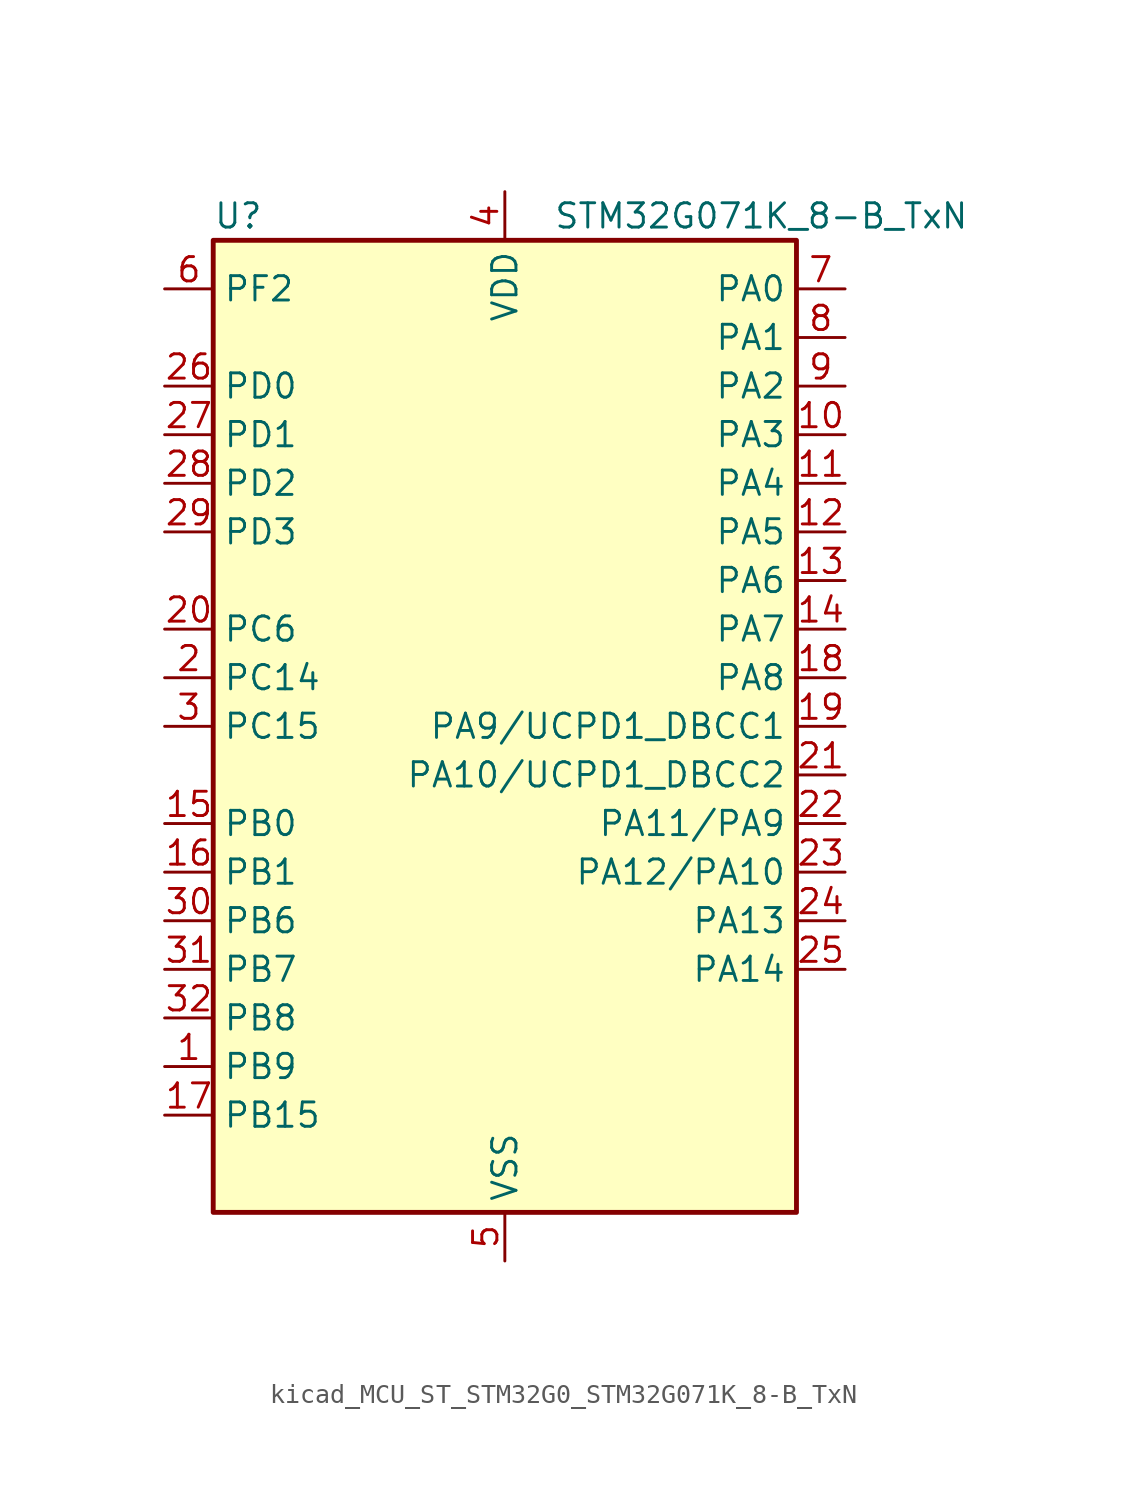
<source format=kicad_sym>
(kicad_symbol_lib
  (version 20220914)
  (generator kicad_symbol_editor)
  (symbol "kicad_MCU_ST_STM32G0_STM32G071K_8-B_TxN"
    (property "Reference" "U"
      (at -15.24 26.67 0)
      (effects (font (size 1.27 1.27)) (justify left)))
    (property "Value" "STM32G071K_8-B_TxN"
      (at 2.54 26.67 0)
      (effects (font (size 1.27 1.27)) (justify left)))
    (property "ki_locked" ""
      (at 0 0 0)
      (effects (font (size 1.27 1.27))))
    (symbol "kicad_MCU_ST_STM32G0_STM32G071K_8-B_TxN_0_1"
      (rectangle (start -15.24 -25.4) (end 15.24 25.4) (stroke (width 0.254) (type default)) (fill (type background))))
    (symbol "kicad_MCU_ST_STM32G0_STM32G071K_8-B_TxN_1_1"
      (pin bidirectional line (at -17.78 -17.78 0) (length 2.54) (name "PB9" (effects (font (size 1.27 1.27)))) (number "1" (effects (font (size 1.27 1.27)))) (alternate "DAC1_EXTI9" bidirectional line) (alternate "I2C1_SDA" bidirectional line) (alternate "IR_OUT" bidirectional line) (alternate "SPI2_NSS" bidirectional line) (alternate "TIM17_CH1" bidirectional line) (alternate "UCPD2_FRSTX1" bidirectional line) (alternate "UCPD2_FRSTX2" bidirectional line) (alternate "USART3_RX" bidirectional line))
      (pin bidirectional line (at 17.78 15.24 180) (length 2.54) (name "PA3" (effects (font (size 1.27 1.27)))) (number "10" (effects (font (size 1.27 1.27)))) (alternate "ADC1_IN3" bidirectional line) (alternate "COMP2_INP" bidirectional line) (alternate "LPUART1_RX" bidirectional line) (alternate "SPI2_MISO" bidirectional line) (alternate "TIM15_CH2" bidirectional line) (alternate "TIM2_CH4" bidirectional line) (alternate "UCPD2_FRSTX1" bidirectional line) (alternate "UCPD2_FRSTX2" bidirectional line) (alternate "USART2_RX" bidirectional line))
      (pin bidirectional line (at 17.78 12.7 180) (length 2.54) (name "PA4" (effects (font (size 1.27 1.27)))) (number "11" (effects (font (size 1.27 1.27)))) (alternate "ADC1_IN4" bidirectional line) (alternate "DAC1_OUT1" bidirectional line) (alternate "I2S1_WS" bidirectional line) (alternate "LPTIM2_OUT" bidirectional line) (alternate "RTC_OUT_ALARM" bidirectional line) (alternate "RTC_OUT_CALIB" bidirectional line) (alternate "RTC_TAMP_IN1" bidirectional line) (alternate "RTC_TS" bidirectional line) (alternate "SPI1_NSS" bidirectional line) (alternate "SPI2_MOSI" bidirectional line) (alternate "SYS_WKUP2" bidirectional line) (alternate "TIM14_CH1" bidirectional line) (alternate "UCPD2_FRSTX1" bidirectional line) (alternate "UCPD2_FRSTX2" bidirectional line))
      (pin bidirectional line (at 17.78 10.16 180) (length 2.54) (name "PA5" (effects (font (size 1.27 1.27)))) (number "12" (effects (font (size 1.27 1.27)))) (alternate "ADC1_IN5" bidirectional line) (alternate "CEC" bidirectional line) (alternate "DAC1_OUT2" bidirectional line) (alternate "I2S1_CK" bidirectional line) (alternate "LPTIM2_ETR" bidirectional line) (alternate "SPI1_SCK" bidirectional line) (alternate "TIM2_CH1" bidirectional line) (alternate "TIM2_ETR" bidirectional line) (alternate "UCPD1_FRSTX1" bidirectional line) (alternate "UCPD1_FRSTX2" bidirectional line) (alternate "USART3_TX" bidirectional line))
      (pin bidirectional line (at 17.78 7.62 180) (length 2.54) (name "PA6" (effects (font (size 1.27 1.27)))) (number "13" (effects (font (size 1.27 1.27)))) (alternate "ADC1_IN6" bidirectional line) (alternate "COMP1_OUT" bidirectional line) (alternate "I2S1_MCK" bidirectional line) (alternate "LPUART1_CTS" bidirectional line) (alternate "SPI1_MISO" bidirectional line) (alternate "TIM16_CH1" bidirectional line) (alternate "TIM1_BK" bidirectional line) (alternate "TIM3_CH1" bidirectional line) (alternate "USART3_CTS" bidirectional line) (alternate "USART3_NSS" bidirectional line))
      (pin bidirectional line (at 17.78 5.08 180) (length 2.54) (name "PA7" (effects (font (size 1.27 1.27)))) (number "14" (effects (font (size 1.27 1.27)))) (alternate "ADC1_IN7" bidirectional line) (alternate "COMP2_OUT" bidirectional line) (alternate "I2S1_SD" bidirectional line) (alternate "SPI1_MOSI" bidirectional line) (alternate "TIM14_CH1" bidirectional line) (alternate "TIM17_CH1" bidirectional line) (alternate "TIM1_CH1N" bidirectional line) (alternate "TIM3_CH2" bidirectional line) (alternate "UCPD1_FRSTX1" bidirectional line) (alternate "UCPD1_FRSTX2" bidirectional line))
      (pin bidirectional line (at -17.78 -5.08 0) (length 2.54) (name "PB0" (effects (font (size 1.27 1.27)))) (number "15" (effects (font (size 1.27 1.27)))) (alternate "ADC1_IN8" bidirectional line) (alternate "COMP1_OUT" bidirectional line) (alternate "I2S1_WS" bidirectional line) (alternate "LPTIM1_OUT" bidirectional line) (alternate "SPI1_NSS" bidirectional line) (alternate "TIM1_CH2N" bidirectional line) (alternate "TIM3_CH3" bidirectional line) (alternate "UCPD1_FRSTX1" bidirectional line) (alternate "UCPD1_FRSTX2" bidirectional line) (alternate "USART3_RX" bidirectional line))
      (pin bidirectional line (at -17.78 -7.62 0) (length 2.54) (name "PB1" (effects (font (size 1.27 1.27)))) (number "16" (effects (font (size 1.27 1.27)))) (alternate "ADC1_IN9" bidirectional line) (alternate "COMP1_INM" bidirectional line) (alternate "LPTIM2_IN1" bidirectional line) (alternate "LPUART1_DE" bidirectional line) (alternate "LPUART1_RTS" bidirectional line) (alternate "TIM14_CH1" bidirectional line) (alternate "TIM1_CH3N" bidirectional line) (alternate "TIM3_CH4" bidirectional line) (alternate "USART3_CK" bidirectional line) (alternate "USART3_DE" bidirectional line) (alternate "USART3_RTS" bidirectional line))
      (pin bidirectional line (at -17.78 -20.32 0) (length 2.54) (name "PB15" (effects (font (size 1.27 1.27)))) (number "17" (effects (font (size 1.27 1.27)))) (alternate "RTC_REFIN" bidirectional line) (alternate "SPI2_MOSI" bidirectional line) (alternate "TIM15_CH1N" bidirectional line) (alternate "TIM15_CH2" bidirectional line) (alternate "TIM1_CH3N" bidirectional line) (alternate "UCPD1_CC2" bidirectional line))
      (pin bidirectional line (at 17.78 2.54 180) (length 2.54) (name "PA8" (effects (font (size 1.27 1.27)))) (number "18" (effects (font (size 1.27 1.27)))) (alternate "LPTIM2_OUT" bidirectional line) (alternate "RCC_MCO" bidirectional line) (alternate "SPI2_NSS" bidirectional line) (alternate "TIM1_CH1" bidirectional line) (alternate "UCPD1_CC1" bidirectional line))
      (pin bidirectional line (at 17.78 0 180) (length 2.54) (name "PA9/UCPD1_DBCC1" (effects (font (size 1.27 1.27)))) (number "19" (effects (font (size 1.27 1.27)))) (alternate "DAC1_EXTI9" bidirectional line) (alternate "I2C1_SCL" bidirectional line) (alternate "RCC_MCO" bidirectional line) (alternate "SPI2_MISO" bidirectional line) (alternate "TIM15_BK" bidirectional line) (alternate "TIM1_CH2" bidirectional line) (alternate "UCPD1_DBCC1" bidirectional line) (alternate "USART1_TX" bidirectional line))
      (pin bidirectional line (at -17.78 2.54 0) (length 2.54) (name "PC14" (effects (font (size 1.27 1.27)))) (number "2" (effects (font (size 1.27 1.27)))) (alternate "RCC_OSC32_IN" bidirectional line) (alternate "RCC_OSC_IN" bidirectional line) (alternate "TIM1_BK2" bidirectional line))
      (pin bidirectional line (at -17.78 5.08 0) (length 2.54) (name "PC6" (effects (font (size 1.27 1.27)))) (number "20" (effects (font (size 1.27 1.27)))) (alternate "TIM2_CH3" bidirectional line) (alternate "TIM3_CH1" bidirectional line) (alternate "UCPD1_FRSTX1" bidirectional line) (alternate "UCPD1_FRSTX2" bidirectional line))
      (pin bidirectional line (at 17.78 -2.54 180) (length 2.54) (name "PA10/UCPD1_DBCC2" (effects (font (size 1.27 1.27)))) (number "21" (effects (font (size 1.27 1.27)))) (alternate "I2C1_SDA" bidirectional line) (alternate "SPI2_MOSI" bidirectional line) (alternate "TIM17_BK" bidirectional line) (alternate "TIM1_CH3" bidirectional line) (alternate "UCPD1_DBCC2" bidirectional line) (alternate "USART1_RX" bidirectional line))
      (pin bidirectional line (at 17.78 -5.08 180) (length 2.54) (name "PA11/PA9" (effects (font (size 1.27 1.27)))) (number "22" (effects (font (size 1.27 1.27)))) (alternate "ADC1_EXTI11" bidirectional line) (alternate "COMP1_OUT" bidirectional line) (alternate "I2C2_SCL" bidirectional line) (alternate "I2S1_MCK" bidirectional line) (alternate "SPI1_MISO" bidirectional line) (alternate "TIM1_BK2" bidirectional line) (alternate "TIM1_CH4" bidirectional line) (alternate "USART1_CTS" bidirectional line) (alternate "USART1_NSS" bidirectional line))
      (pin bidirectional line (at 17.78 -7.62 180) (length 2.54) (name "PA12/PA10" (effects (font (size 1.27 1.27)))) (number "23" (effects (font (size 1.27 1.27)))) (alternate "COMP2_OUT" bidirectional line) (alternate "I2C2_SDA" bidirectional line) (alternate "I2S1_SD" bidirectional line) (alternate "I2S_CKIN" bidirectional line) (alternate "SPI1_MOSI" bidirectional line) (alternate "TIM1_ETR" bidirectional line) (alternate "USART1_CK" bidirectional line) (alternate "USART1_DE" bidirectional line) (alternate "USART1_RTS" bidirectional line))
      (pin bidirectional line (at 17.78 -10.16 180) (length 2.54) (name "PA13" (effects (font (size 1.27 1.27)))) (number "24" (effects (font (size 1.27 1.27)))) (alternate "IR_OUT" bidirectional line) (alternate "SYS_SWDIO" bidirectional line))
      (pin bidirectional line (at 17.78 -12.7 180) (length 2.54) (name "PA14" (effects (font (size 1.27 1.27)))) (number "25" (effects (font (size 1.27 1.27)))) (alternate "SYS_SWCLK" bidirectional line) (alternate "USART2_TX" bidirectional line))
      (pin bidirectional line (at -17.78 17.78 0) (length 2.54) (name "PD0" (effects (font (size 1.27 1.27)))) (number "26" (effects (font (size 1.27 1.27)))) (alternate "SPI2_NSS" bidirectional line) (alternate "TIM16_CH1" bidirectional line) (alternate "UCPD2_CC1" bidirectional line))
      (pin bidirectional line (at -17.78 15.24 0) (length 2.54) (name "PD1" (effects (font (size 1.27 1.27)))) (number "27" (effects (font (size 1.27 1.27)))) (alternate "SPI2_SCK" bidirectional line) (alternate "TIM17_CH1" bidirectional line) (alternate "UCPD2_DBCC1" bidirectional line))
      (pin bidirectional line (at -17.78 12.7 0) (length 2.54) (name "PD2" (effects (font (size 1.27 1.27)))) (number "28" (effects (font (size 1.27 1.27)))) (alternate "TIM1_CH1N" bidirectional line) (alternate "TIM3_ETR" bidirectional line) (alternate "UCPD2_CC2" bidirectional line) (alternate "USART3_CK" bidirectional line) (alternate "USART3_DE" bidirectional line) (alternate "USART3_RTS" bidirectional line))
      (pin bidirectional line (at -17.78 10.16 0) (length 2.54) (name "PD3" (effects (font (size 1.27 1.27)))) (number "29" (effects (font (size 1.27 1.27)))) (alternate "SPI2_MISO" bidirectional line) (alternate "TIM1_CH2N" bidirectional line) (alternate "UCPD2_DBCC2" bidirectional line) (alternate "USART2_CTS" bidirectional line) (alternate "USART2_NSS" bidirectional line))
      (pin bidirectional line (at -17.78 0 0) (length 2.54) (name "PC15" (effects (font (size 1.27 1.27)))) (number "3" (effects (font (size 1.27 1.27)))) (alternate "RCC_OSC32_EN" bidirectional line) (alternate "RCC_OSC32_OUT" bidirectional line) (alternate "RCC_OSC_EN" bidirectional line) (alternate "TIM15_BK" bidirectional line))
      (pin bidirectional line (at -17.78 -10.16 0) (length 2.54) (name "PB6" (effects (font (size 1.27 1.27)))) (number "30" (effects (font (size 1.27 1.27)))) (alternate "COMP2_INP" bidirectional line) (alternate "I2C1_SCL" bidirectional line) (alternate "LPTIM1_ETR" bidirectional line) (alternate "SPI2_MISO" bidirectional line) (alternate "TIM16_CH1N" bidirectional line) (alternate "TIM1_CH3" bidirectional line) (alternate "USART1_TX" bidirectional line))
      (pin bidirectional line (at -17.78 -12.7 0) (length 2.54) (name "PB7" (effects (font (size 1.27 1.27)))) (number "31" (effects (font (size 1.27 1.27)))) (alternate "COMP2_INM" bidirectional line) (alternate "I2C1_SDA" bidirectional line) (alternate "LPTIM1_IN2" bidirectional line) (alternate "SPI2_MOSI" bidirectional line) (alternate "SYS_PVD_IN" bidirectional line) (alternate "TIM17_CH1N" bidirectional line) (alternate "USART1_RX" bidirectional line) (alternate "USART4_CTS" bidirectional line) (alternate "USART4_NSS" bidirectional line))
      (pin bidirectional line (at -17.78 -15.24 0) (length 2.54) (name "PB8" (effects (font (size 1.27 1.27)))) (number "32" (effects (font (size 1.27 1.27)))) (alternate "CEC" bidirectional line) (alternate "I2C1_SCL" bidirectional line) (alternate "SPI2_SCK" bidirectional line) (alternate "TIM15_BK" bidirectional line) (alternate "TIM16_CH1" bidirectional line) (alternate "USART3_TX" bidirectional line))
      (pin power_in line (at 0 27.94 270) (length 2.54) (name "VDD" (effects (font (size 1.27 1.27)))) (number "4" (effects (font (size 1.27 1.27)))))
      (pin power_in line (at 0 -27.94 90) (length 2.54) (name "VSS" (effects (font (size 1.27 1.27)))) (number "5" (effects (font (size 1.27 1.27)))))
      (pin bidirectional line (at -17.78 22.86 0) (length 2.54) (name "PF2" (effects (font (size 1.27 1.27)))) (number "6" (effects (font (size 1.27 1.27)))) (alternate "RCC_MCO" bidirectional line))
      (pin bidirectional line (at 17.78 22.86 180) (length 2.54) (name "PA0" (effects (font (size 1.27 1.27)))) (number "7" (effects (font (size 1.27 1.27)))) (alternate "ADC1_IN0" bidirectional line) (alternate "COMP1_INM" bidirectional line) (alternate "COMP1_OUT" bidirectional line) (alternate "LPTIM1_OUT" bidirectional line) (alternate "RTC_TAMP_IN2" bidirectional line) (alternate "SPI2_SCK" bidirectional line) (alternate "SYS_WKUP1" bidirectional line) (alternate "TIM2_CH1" bidirectional line) (alternate "TIM2_ETR" bidirectional line) (alternate "UCPD2_FRSTX1" bidirectional line) (alternate "UCPD2_FRSTX2" bidirectional line) (alternate "USART2_CTS" bidirectional line) (alternate "USART2_NSS" bidirectional line) (alternate "USART4_TX" bidirectional line))
      (pin bidirectional line (at 17.78 20.32 180) (length 2.54) (name "PA1" (effects (font (size 1.27 1.27)))) (number "8" (effects (font (size 1.27 1.27)))) (alternate "ADC1_IN1" bidirectional line) (alternate "COMP1_INP" bidirectional line) (alternate "I2C1_SMBA" bidirectional line) (alternate "I2S1_CK" bidirectional line) (alternate "SPI1_SCK" bidirectional line) (alternate "TIM15_CH1N" bidirectional line) (alternate "TIM2_CH2" bidirectional line) (alternate "USART2_CK" bidirectional line) (alternate "USART2_DE" bidirectional line) (alternate "USART2_RTS" bidirectional line) (alternate "USART4_RX" bidirectional line))
      (pin bidirectional line (at 17.78 17.78 180) (length 2.54) (name "PA2" (effects (font (size 1.27 1.27)))) (number "9" (effects (font (size 1.27 1.27)))) (alternate "ADC1_IN2" bidirectional line) (alternate "COMP2_INM" bidirectional line) (alternate "COMP2_OUT" bidirectional line) (alternate "I2S1_SD" bidirectional line) (alternate "LPUART1_TX" bidirectional line) (alternate "RCC_LSCO" bidirectional line) (alternate "SPI1_MOSI" bidirectional line) (alternate "SYS_WKUP4" bidirectional line) (alternate "TIM15_CH1" bidirectional line) (alternate "TIM2_CH3" bidirectional line) (alternate "UCPD1_FRSTX1" bidirectional line) (alternate "UCPD1_FRSTX2" bidirectional line) (alternate "USART2_TX" bidirectional line)))))
</source>
